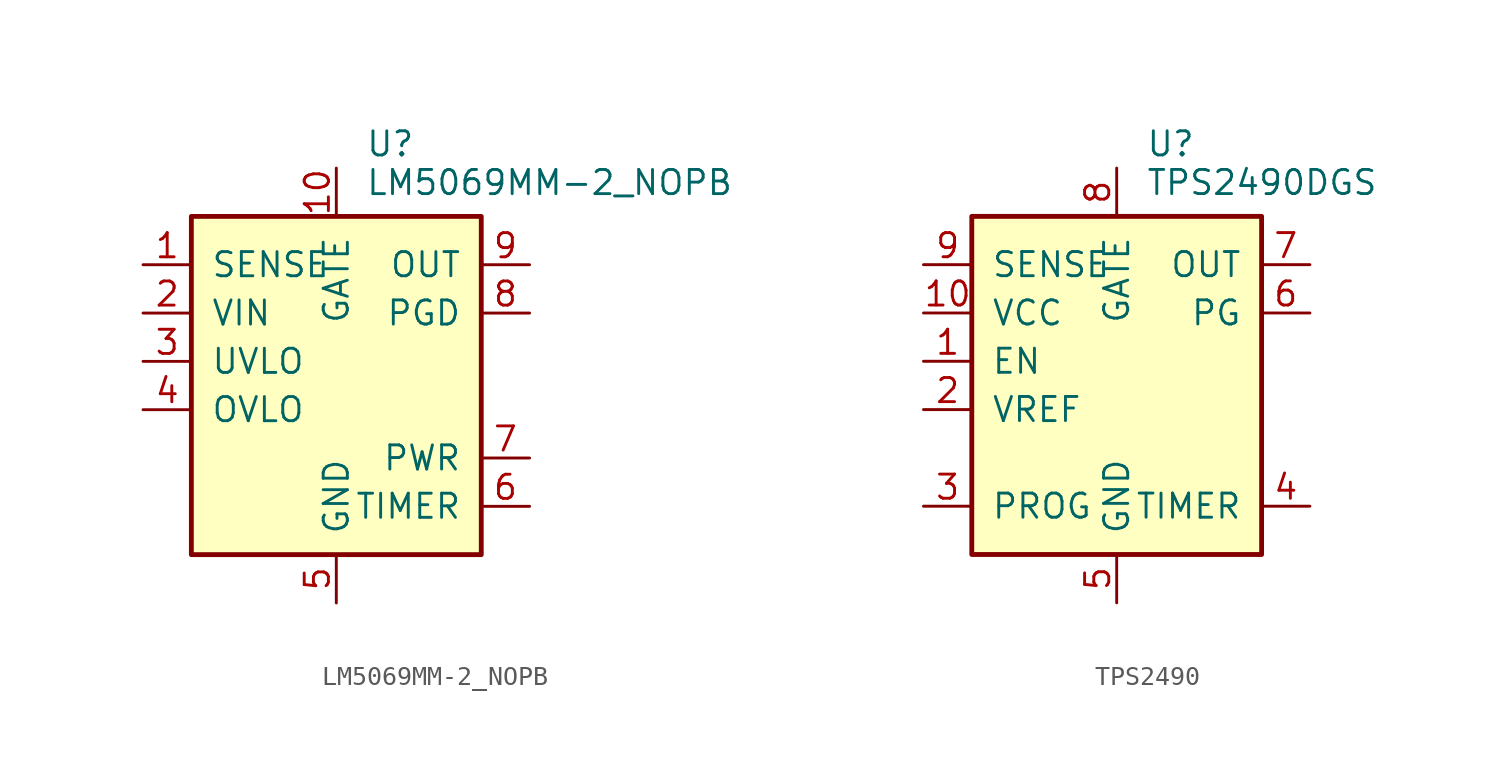
<source format=kicad_sym>
(kicad_symbol_lib
  (version 20241209)
  (generator "kicad_symbol_editor")
  (generator_version "9.0")
  (symbol "LM5069MM-2_NOPB"
    (pin_names
      (offset 1.016))
    (property "Reference" "U"
      (at 1.524 12.7 0)
      (effects (font (size 1.27 1.27)) (justify left)))
    (property "Value" "LM5069MM-2_NOPB"
      (at 1.524 10.668 0)
      (effects (font (size 1.27 1.27)) (justify left)))
    (symbol "LM5069MM-2_NOPB_0_0"
      (rectangle (start -7.62 8.89) (end 7.62 -8.89) (stroke (width 0.254) (type default)) (fill (type background))))
    (symbol "LM5069MM-2_NOPB_1_0"
      (pin input line (at -10.16 6.35 0) (length 2.54) (name "SENSE" (effects (font (size 1.27 1.27)))) (number "1" (effects (font (size 1.27 1.27)))))
      (pin power_in line (at -10.16 3.81 0) (length 2.54) (name "VIN" (effects (font (size 1.27 1.27)))) (number "2" (effects (font (size 1.27 1.27)))))
      (pin input line (at -10.16 1.27 0) (length 2.54) (name "UVLO" (effects (font (size 1.27 1.27)))) (number "3" (effects (font (size 1.27 1.27)))))
      (pin input line (at -10.16 -1.27 0) (length 2.54) (name "OVLO" (effects (font (size 1.27 1.27)))) (number "4" (effects (font (size 1.27 1.27)))))
      (pin output line (at 0 11.43 270) (length 2.54) (name "GATE" (effects (font (size 1.27 1.27)))) (number "10" (effects (font (size 1.27 1.27)))))
      (pin power_in line (at 0 -11.43 90) (length 2.54) (name "GND" (effects (font (size 1.27 1.27)))) (number "5" (effects (font (size 1.27 1.27)))))
      (pin input line (at 10.16 6.35 180) (length 2.54) (name "OUT" (effects (font (size 1.27 1.27)))) (number "9" (effects (font (size 1.27 1.27)))))
      (pin output line (at 10.16 3.81 180) (length 2.54) (name "PGD" (effects (font (size 1.27 1.27)))) (number "8" (effects (font (size 1.27 1.27)))))
      (pin input line (at 10.16 -3.81 180) (length 2.54) (name "PWR" (effects (font (size 1.27 1.27)))) (number "7" (effects (font (size 1.27 1.27)))))
      (pin bidirectional line (at 10.16 -6.35 180) (length 2.54) (name "TIMER" (effects (font (size 1.27 1.27)))) (number "6" (effects (font (size 1.27 1.27)))))))
  (symbol "TPS2490"
    (pin_names
      (offset 1.016))
    (property "Reference" "U"
      (at 1.524 12.7 0)
      (effects (font (size 1.27 1.27)) (justify left)))
    (property "Value" "TPS2490DGS"
      (at 1.524 10.668 0)
      (effects (font (size 1.27 1.27)) (justify left)))
    (symbol "TPS2490_0_0"
      (rectangle (start -7.62 8.89) (end 7.62 -8.89) (stroke (width 0.254) (type default)) (fill (type background))))
    (symbol "TPS2490_1_0"
      (pin input line (at -10.16 6.35 0) (length 2.54) (name "SENSE" (effects (font (size 1.27 1.27)))) (number "9" (effects (font (size 1.27 1.27)))))
      (pin power_in line (at -10.16 3.81 0) (length 2.54) (name "VCC" (effects (font (size 1.27 1.27)))) (number "10" (effects (font (size 1.27 1.27)))))
      (pin input line (at -10.16 1.27 0) (length 2.54) (name "EN" (effects (font (size 1.27 1.27)))) (number "1" (effects (font (size 1.27 1.27)))))
      (pin output line (at -10.16 -1.27 0) (length 2.54) (name "VREF" (effects (font (size 1.27 1.27)))) (number "2" (effects (font (size 1.27 1.27)))))
      (pin input line (at -10.16 -6.35 0) (length 2.54) (name "PROG" (effects (font (size 1.27 1.27)))) (number "3" (effects (font (size 1.27 1.27)))))
      (pin output line (at 0 11.43 270) (length 2.54) (name "GATE" (effects (font (size 1.27 1.27)))) (number "8" (effects (font (size 1.27 1.27)))))
      (pin power_in line (at 0 -11.43 90) (length 2.54) (name "GND" (effects (font (size 1.27 1.27)))) (number "5" (effects (font (size 1.27 1.27)))))
      (pin input line (at 10.16 6.35 180) (length 2.54) (name "OUT" (effects (font (size 1.27 1.27)))) (number "7" (effects (font (size 1.27 1.27)))))
      (pin output line (at 10.16 3.81 180) (length 2.54) (name "PG" (effects (font (size 1.27 1.27)))) (number "6" (effects (font (size 1.27 1.27)))))
      (pin bidirectional line (at 10.16 -6.35 180) (length 2.54) (name "TIMER" (effects (font (size 1.27 1.27)))) (number "4" (effects (font (size 1.27 1.27))))))))
</source>
